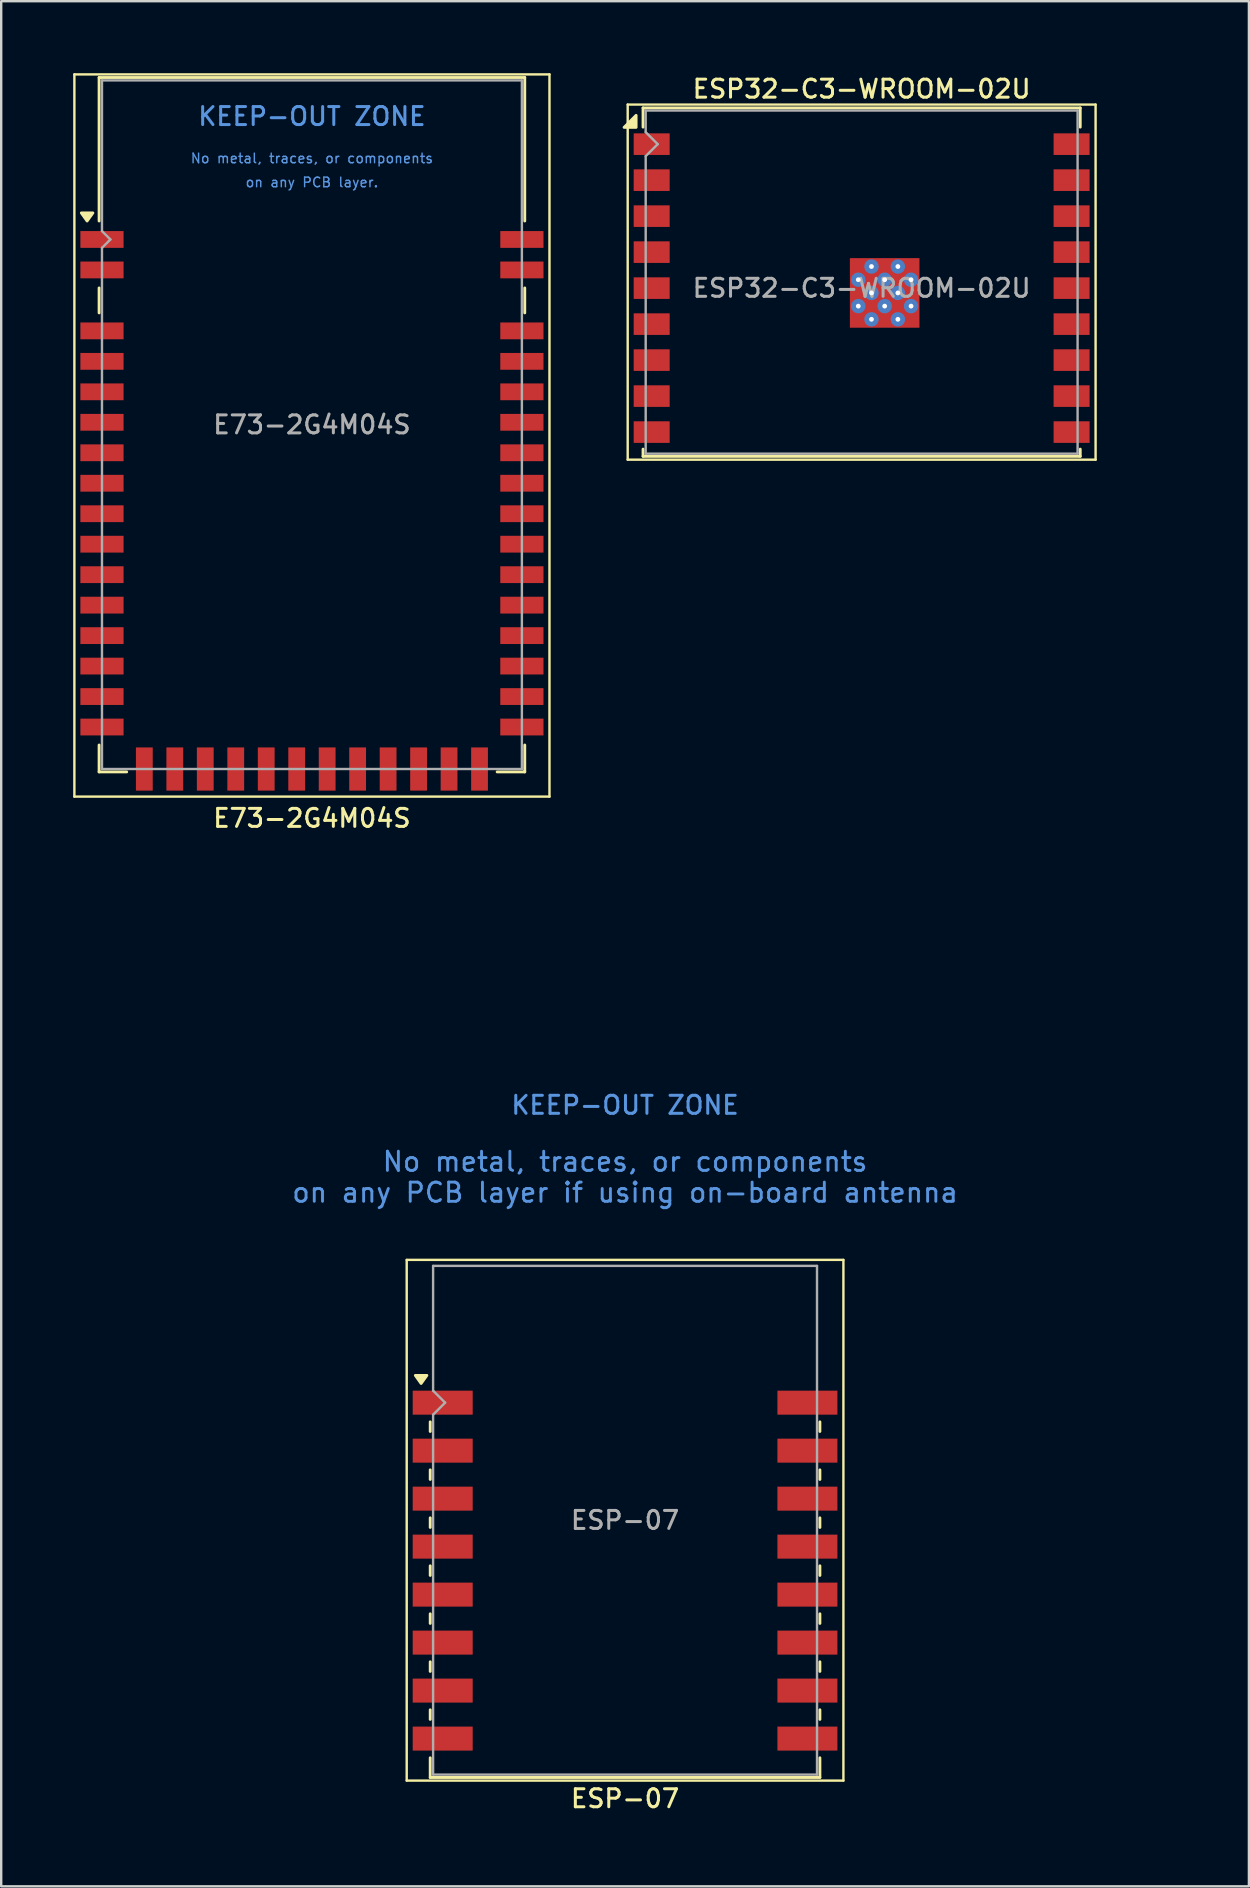
<source format=kicad_pcb>
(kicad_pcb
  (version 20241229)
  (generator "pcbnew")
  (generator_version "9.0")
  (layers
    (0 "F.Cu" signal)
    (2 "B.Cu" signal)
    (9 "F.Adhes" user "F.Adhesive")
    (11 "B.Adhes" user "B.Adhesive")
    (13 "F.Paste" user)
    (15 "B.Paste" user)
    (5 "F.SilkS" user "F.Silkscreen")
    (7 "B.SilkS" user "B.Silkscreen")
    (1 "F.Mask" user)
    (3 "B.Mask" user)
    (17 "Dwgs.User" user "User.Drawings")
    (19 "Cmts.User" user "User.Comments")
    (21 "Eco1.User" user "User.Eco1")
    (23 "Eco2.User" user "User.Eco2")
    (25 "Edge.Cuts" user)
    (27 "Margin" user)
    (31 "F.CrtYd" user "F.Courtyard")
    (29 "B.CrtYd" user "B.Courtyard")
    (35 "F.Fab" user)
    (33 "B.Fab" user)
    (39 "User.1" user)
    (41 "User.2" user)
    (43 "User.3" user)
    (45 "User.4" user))
  (footprint "ESP-07"
    (layer "F.Cu")
    (at 23 60.308)
    (property "Reference" "ESP-07" (at 0 11.6 0) (layer "F.SilkS") (effects (font (size 0.75 0.75) (thickness 0.125))))
    (attr smd)
    (fp_line (start -9.1 -10.85) (end 9.1 -10.85) (stroke (width 0.1) (type solid)) (layer "F.SilkS"))
    (fp_line (start -9.1 10.85) (end -9.1 -10.85) (stroke (width 0.1) (type solid)) (layer "F.SilkS"))
    (fp_line (start -8.12 -3.7) (end -8.12 -4.1) (stroke (width 0.12) (type solid)) (layer "F.SilkS"))
    (fp_line (start -8.12 -1.7) (end -8.12 -2.1) (stroke (width 0.12) (type solid)) (layer "F.SilkS"))
    (fp_line (start -8.12 0.3) (end -8.12 -0.1) (stroke (width 0.12) (type solid)) (layer "F.SilkS"))
    (fp_line (start -8.12 2.3) (end -8.12 1.9) (stroke (width 0.12) (type solid)) (layer "F.SilkS"))
    (fp_line (start -8.12 4.3) (end -8.12 3.9) (stroke (width 0.12) (type solid)) (layer "F.SilkS"))
    (fp_line (start -8.12 6.3) (end -8.12 5.9) (stroke (width 0.12) (type solid)) (layer "F.SilkS"))
    (fp_line (start -8.12 8.3) (end -8.12 7.9) (stroke (width 0.12) (type solid)) (layer "F.SilkS"))
    (fp_line (start -8.12 10.72) (end -8.12 9.9) (stroke (width 0.12) (type solid)) (layer "F.SilkS"))
    (fp_line (start 8.12 -3.7) (end 8.12 -4.1) (stroke (width 0.12) (type solid)) (layer "F.SilkS"))
    (fp_line (start 8.12 -1.7) (end 8.12 -2.1) (stroke (width 0.12) (type solid)) (layer "F.SilkS"))
    (fp_line (start 8.12 0.3) (end 8.12 -0.1) (stroke (width 0.12) (type solid)) (layer "F.SilkS"))
    (fp_line (start 8.12 2.3) (end 8.12 1.9) (stroke (width 0.12) (type solid)) (layer "F.SilkS"))
    (fp_line (start 8.12 4.3) (end 8.12 3.9) (stroke (width 0.12) (type solid)) (layer "F.SilkS"))
    (fp_line (start 8.12 6.3) (end 8.12 5.9) (stroke (width 0.12) (type solid)) (layer "F.SilkS"))
    (fp_line (start 8.12 8.3) (end 8.12 7.9) (stroke (width 0.12) (type solid)) (layer "F.SilkS"))
    (fp_line (start 8.12 9.9) (end 8.12 10.72) (stroke (width 0.12) (type solid)) (layer "F.SilkS"))
    (fp_line (start 8.12 10.72) (end -8.12 10.72) (stroke (width 0.12) (type solid)) (layer "F.SilkS"))
    (fp_line (start 9.1 -10.85) (end 9.1 10.85) (stroke (width 0.1) (type solid)) (layer "F.SilkS"))
    (fp_line (start 9.1 10.85) (end -9.1 10.85) (stroke (width 0.1) (type solid)) (layer "F.SilkS"))
    (fp_poly (pts (xy -8.5 -5.7) (xy -8.74 -6.036) (xy -8.26 -6.036) (xy -8.5 -5.7)) (stroke (width 0.12) (type solid)) (fill yes) (layer "F.SilkS"))
    (fp_line (start -8 -10.6) (end 8 -10.6) (stroke (width 0.1) (type solid)) (layer "F.Fab"))
    (fp_line (start -8 -5.4) (end -8 -10.6) (stroke (width 0.1) (type solid)) (layer "F.Fab"))
    (fp_line (start -8 -4.4) (end -7.5 -4.9) (stroke (width 0.1) (type solid)) (layer "F.Fab"))
    (fp_line (start -8 10.6) (end -8 -4.4) (stroke (width 0.1) (type solid)) (layer "F.Fab"))
    (fp_line (start -7.5 -4.9) (end -8 -5.4) (stroke (width 0.1) (type solid)) (layer "F.Fab"))
    (fp_line (start 8 -10.6) (end 8 10.6) (stroke (width 0.1) (type solid)) (layer "F.Fab"))
    (fp_line (start 8 10.6) (end -8 10.6) (stroke (width 0.1) (type solid)) (layer "F.Fab"))
    (fp_text user "No metal, traces, or components\non any PCB layer if using on-board antenna" (at 0 -14.3 180) (layer "Cmts.User") (effects (font (size 0.8 0.8) (thickness 0.12))))
    (fp_text user "KEEP-OUT ZONE" (at 0 -17.3 180) (layer "Cmts.User") (effects (font (size 0.75 0.75) (thickness 0.125))))
    (fp_text user "${REFERENCE}" (at 0 0 0) (layer "F.Fab") (effects (font (size 0.75 0.75) (thickness 0.125))))
    (pad "1" smd rect (at -7.6 -4.9) (size 2.5 1) (layers "F.Cu" "F.Mask" "F.Paste"))
    (pad "2" smd rect (at -7.6 -2.9) (size 2.5 1) (layers "F.Cu" "F.Mask" "F.Paste"))
    (pad "3" smd rect (at -7.6 -0.9) (size 2.5 1) (layers "F.Cu" "F.Mask" "F.Paste"))
    (pad "4" smd rect (at -7.6 1.1) (size 2.5 1) (layers "F.Cu" "F.Mask" "F.Paste"))
    (pad "5" smd rect (at -7.6 3.1) (size 2.5 1) (layers "F.Cu" "F.Mask" "F.Paste"))
    (pad "6" smd rect (at -7.6 5.1) (size 2.5 1) (layers "F.Cu" "F.Mask" "F.Paste"))
    (pad "7" smd rect (at -7.6 7.1) (size 2.5 1) (layers "F.Cu" "F.Mask" "F.Paste"))
    (pad "8" smd rect (at -7.6 9.1) (size 2.5 1) (layers "F.Cu" "F.Mask" "F.Paste"))
    (pad "9" smd rect (at 7.6 9.1) (size 2.5 1) (layers "F.Cu" "F.Mask" "F.Paste"))
    (pad "10" smd rect (at 7.6 7.1) (size 2.5 1) (layers "F.Cu" "F.Mask" "F.Paste"))
    (pad "11" smd rect (at 7.6 5.1) (size 2.5 1) (layers "F.Cu" "F.Mask" "F.Paste"))
    (pad "12" smd rect (at 7.6 3.1) (size 2.5 1) (layers "F.Cu" "F.Mask" "F.Paste"))
    (pad "13" smd rect (at 7.6 1.1) (size 2.5 1) (layers "F.Cu" "F.Mask" "F.Paste"))
    (pad "14" smd rect (at 7.6 -0.9) (size 2.5 1) (layers "F.Cu" "F.Mask" "F.Paste"))
    (pad "15" smd rect (at 7.6 -2.9) (size 2.5 1) (layers "F.Cu" "F.Mask" "F.Paste"))
    (pad "16" smd rect (at 7.6 -4.9) (size 2.5 1) (layers "F.Cu" "F.Mask" "F.Paste"))
    (zone (net_name "") (layers "F.Cu" "B.Cu") (hatch full 0.508) (connect_pads) (min_thickness 0.254) (filled_areas_thickness no) (keepout (tracks not_allowed) (vias not_allowed) (pads not_allowed) (copperpour not_allowed) (footprints not_allowed)) (placement (enabled no)) (fill) (polygon (pts (xy 0 54.308) (xy 46 54.308) (xy 46 34.708) (xy 0 34.708)))))
  (footprint "E73-2G4M04S"
    (layer "F.Cu")
    (at 9.95 14.65)
    (property "Reference" "E73-2G4M04S" (at 0 16.4 0) (layer "F.SilkS") (effects (font (size 0.75 0.75) (thickness 0.125))))
    (attr smd)
    (fp_line (start -9.9 -14.6) (end -9.9 15.5) (stroke (width 0.1) (type solid)) (layer "F.SilkS"))
    (fp_line (start -9.9 15.5) (end 9.9 15.5) (stroke (width 0.1) (type solid)) (layer "F.SilkS"))
    (fp_line (start -8.87 -14.47) (end -8.87 -8.49) (stroke (width 0.12) (type solid)) (layer "F.SilkS"))
    (fp_line (start -8.87 -5.7) (end -8.87 -4.66) (stroke (width 0.12) (type solid)) (layer "F.SilkS"))
    (fp_line (start -8.87 14.47) (end -8.87 13.35) (stroke (width 0.12) (type solid)) (layer "F.SilkS"))
    (fp_line (start -8.87 14.47) (end -7.72 14.47) (stroke (width 0.12) (type solid)) (layer "F.SilkS"))
    (fp_line (start 8.87 -14.47) (end -8.87 -14.47) (stroke (width 0.12) (type solid)) (layer "F.SilkS"))
    (fp_line (start 8.87 -14.47) (end 8.87 -8.49) (stroke (width 0.12) (type solid)) (layer "F.SilkS"))
    (fp_line (start 8.87 -5.7) (end 8.87 -4.66) (stroke (width 0.12) (type solid)) (layer "F.SilkS"))
    (fp_line (start 8.87 14.47) (end 7.72 14.47) (stroke (width 0.12) (type solid)) (layer "F.SilkS"))
    (fp_line (start 8.87 14.47) (end 8.87 13.35) (stroke (width 0.12) (type solid)) (layer "F.SilkS"))
    (fp_line (start 9.9 -14.6) (end -9.9 -14.6) (stroke (width 0.1) (type solid)) (layer "F.SilkS"))
    (fp_line (start 9.9 15.5) (end 9.9 -14.6) (stroke (width 0.1) (type solid)) (layer "F.SilkS"))
    (fp_poly (pts (xy -9.37 -8.49) (xy -9.61 -8.826) (xy -9.13 -8.826) (xy -9.37 -8.49)) (stroke (width 0.12) (type solid)) (fill yes) (layer "F.SilkS"))
    (fp_line (start -8.75 -8.07) (end -8.75 -14.35) (stroke (width 0.1) (type solid)) (layer "F.Fab"))
    (fp_line (start -8.75 -8.07) (end -8.4 -7.72) (stroke (width 0.1) (type solid)) (layer "F.Fab"))
    (fp_line (start -8.75 -7.37) (end -8.75 14.35) (stroke (width 0.1) (type solid)) (layer "F.Fab"))
    (fp_line (start -8.75 14.35) (end 8.75 14.35) (stroke (width 0.1) (type solid)) (layer "F.Fab"))
    (fp_line (start -8.4 -7.72) (end -8.75 -7.37) (stroke (width 0.1) (type solid)) (layer "F.Fab"))
    (fp_line (start 8.75 -14.35) (end -8.75 -14.35) (stroke (width 0.1) (type solid)) (layer "F.Fab"))
    (fp_line (start 8.75 14.35) (end 8.75 -14.35) (stroke (width 0.1) (type solid)) (layer "F.Fab"))
    (fp_text user "KEEP-OUT ZONE" (at 0 -12.85 0) (layer "Cmts.User") (effects (font (size 0.75 0.75) (thickness 0.125))))
    (fp_text user "No metal, traces, or components" (at 0 -11.1 0) (layer "Cmts.User") (effects (font (size 0.4 0.4) (thickness 0.06))))
    (fp_text user "on any PCB layer." (at 0 -10.1 0) (layer "Cmts.User") (effects (font (size 0.4 0.4) (thickness 0.06))))
    (fp_text user "${REFERENCE}" (at 0 0 0) (layer "F.Fab") (effects (font (size 0.75 0.75) (thickness 0.125))))
    (pad "0" smd rect (at -8.75 -7.72) (size 1.8 0.7) (layers "F.Cu" "F.Mask" "F.Paste"))
    (pad "1" smd rect (at -8.75 -6.45) (size 1.8 0.7) (layers "F.Cu" "F.Mask" "F.Paste"))
    (pad "2" smd rect (at -8.75 -3.91) (size 1.8 0.7) (layers "F.Cu" "F.Mask" "F.Paste"))
    (pad "3" smd rect (at -8.75 -2.64) (size 1.8 0.7) (layers "F.Cu" "F.Mask" "F.Paste"))
    (pad "4" smd rect (at -8.75 -1.37) (size 1.8 0.7) (layers "F.Cu" "F.Mask" "F.Paste"))
    (pad "5" smd rect (at -8.75 -0.1) (size 1.8 0.7) (layers "F.Cu" "F.Mask" "F.Paste"))
    (pad "6" smd rect (at -8.75 1.17) (size 1.8 0.7) (layers "F.Cu" "F.Mask" "F.Paste"))
    (pad "7" smd rect (at -8.75 2.44) (size 1.8 0.7) (layers "F.Cu" "F.Mask" "F.Paste"))
    (pad "8" smd rect (at -8.75 3.71) (size 1.8 0.7) (layers "F.Cu" "F.Mask" "F.Paste"))
    (pad "9" smd rect (at -8.75 4.98) (size 1.8 0.7) (layers "F.Cu" "F.Mask" "F.Paste"))
    (pad "10" smd rect (at -8.75 6.25) (size 1.8 0.7) (layers "F.Cu" "F.Mask" "F.Paste"))
    (pad "11" smd rect (at -8.75 7.52) (size 1.8 0.7) (layers "F.Cu" "F.Mask" "F.Paste"))
    (pad "12" smd rect (at -8.75 8.79) (size 1.8 0.7) (layers "F.Cu" "F.Mask" "F.Paste"))
    (pad "13" smd rect (at -8.75 10.06) (size 1.8 0.7) (layers "F.Cu" "F.Mask" "F.Paste"))
    (pad "14" smd rect (at -8.75 11.33) (size 1.8 0.7) (layers "F.Cu" "F.Mask" "F.Paste"))
    (pad "15" smd rect (at -8.75 12.6) (size 1.8 0.7) (layers "F.Cu" "F.Mask" "F.Paste"))
    (pad "16" smd rect (at -6.985 14.35) (size 0.7 1.8) (layers "F.Cu" "F.Mask" "F.Paste"))
    (pad "17" smd rect (at -5.715 14.35) (size 0.7 1.8) (layers "F.Cu" "F.Mask" "F.Paste"))
    (pad "18" smd rect (at -4.445 14.35) (size 0.7 1.8) (layers "F.Cu" "F.Mask" "F.Paste"))
    (pad "19" smd rect (at -3.175 14.35) (size 0.7 1.8) (layers "F.Cu" "F.Mask" "F.Paste"))
    (pad "20" smd rect (at -1.905 14.35) (size 0.7 1.8) (layers "F.Cu" "F.Mask" "F.Paste"))
    (pad "21" smd rect (at -0.635 14.35) (size 0.7 1.8) (layers "F.Cu" "F.Mask" "F.Paste"))
    (pad "22" smd rect (at 0.635 14.35) (size 0.7 1.8) (layers "F.Cu" "F.Mask" "F.Paste"))
    (pad "23" smd rect (at 1.905 14.35) (size 0.7 1.8) (layers "F.Cu" "F.Mask" "F.Paste"))
    (pad "24" smd rect (at 3.175 14.35) (size 0.7 1.8) (layers "F.Cu" "F.Mask" "F.Paste"))
    (pad "25" smd rect (at 4.445 14.35) (size 0.7 1.8) (layers "F.Cu" "F.Mask" "F.Paste"))
    (pad "26" smd rect (at 5.715 14.35) (size 0.7 1.8) (layers "F.Cu" "F.Mask" "F.Paste"))
    (pad "27" smd rect (at 6.985 14.35) (size 0.7 1.8) (layers "F.Cu" "F.Mask" "F.Paste"))
    (pad "28" smd rect (at 8.75 12.6) (size 1.8 0.7) (layers "F.Cu" "F.Mask" "F.Paste"))
    (pad "29" smd rect (at 8.75 11.33) (size 1.8 0.7) (layers "F.Cu" "F.Mask" "F.Paste"))
    (pad "30" smd rect (at 8.75 10.06) (size 1.8 0.7) (layers "F.Cu" "F.Mask" "F.Paste"))
    (pad "31" smd rect (at 8.75 8.79) (size 1.8 0.7) (layers "F.Cu" "F.Mask" "F.Paste"))
    (pad "32" smd rect (at 8.75 7.52) (size 1.8 0.7) (layers "F.Cu" "F.Mask" "F.Paste"))
    (pad "33" smd rect (at 8.75 6.25) (size 1.8 0.7) (layers "F.Cu" "F.Mask" "F.Paste"))
    (pad "34" smd rect (at 8.75 4.98) (size 1.8 0.7) (layers "F.Cu" "F.Mask" "F.Paste"))
    (pad "35" smd rect (at 8.75 3.71) (size 1.8 0.7) (layers "F.Cu" "F.Mask" "F.Paste"))
    (pad "36" smd rect (at 8.75 2.44) (size 1.8 0.7) (layers "F.Cu" "F.Mask" "F.Paste"))
    (pad "37" smd rect (at 8.75 1.17) (size 1.8 0.7) (layers "F.Cu" "F.Mask" "F.Paste"))
    (pad "38" smd rect (at 8.75 -0.1) (size 1.8 0.7) (layers "F.Cu" "F.Mask" "F.Paste"))
    (pad "39" smd rect (at 8.75 -1.37) (size 1.8 0.7) (layers "F.Cu" "F.Mask" "F.Paste"))
    (pad "40" smd rect (at 8.75 -2.64) (size 1.8 0.7) (layers "F.Cu" "F.Mask" "F.Paste"))
    (pad "41" smd rect (at 8.75 -3.91) (size 1.8 0.7) (layers "F.Cu" "F.Mask" "F.Paste"))
    (pad "42" smd rect (at 8.75 -6.45) (size 1.8 0.7) (layers "F.Cu" "F.Mask" "F.Paste"))
    (pad "43" smd rect (at 8.75 -7.72) (size 1.8 0.7) (layers "F.Cu" "F.Mask" "F.Paste"))
    (zone (net_name "") (layers "F.Cu" "B.Cu") (hatch full 0.508) (connect_pads) (min_thickness 0.254) (filled_areas_thickness no) (keepout (tracks not_allowed) (vias not_allowed) (pads not_allowed) (copperpour not_allowed) (footprints not_allowed)) (placement (enabled no)) (fill) (polygon (pts (xy 1.2 5.8) (xy 18.7 5.8) (xy 18.7 0.3) (xy 1.2 0.3)))))
  (footprint "ESP32-C3-WROOM-02U"
    (layer "F.Cu")
    (at 32.86 8.958)
    (property "Reference" "ESP32-C3-WROOM-02U" (at 0 -8.3 180) (layer "F.SilkS") (effects (font (size 0.75 0.75) (thickness 0.125))))
    (attr smd)
    (fp_line (start -9.75 -7.65) (end 9.75 -7.65) (stroke (width 0.1) (type solid)) (layer "F.SilkS"))
    (fp_line (start -9.75 7.15) (end -9.75 -7.65) (stroke (width 0.1) (type solid)) (layer "F.SilkS"))
    (fp_line (start -9.75 7.15) (end 9.75 7.15) (stroke (width 0.1) (type solid)) (layer "F.SilkS"))
    (fp_line (start -9.11 -7.51) (end -9.11 -6.71) (stroke (width 0.12) (type solid)) (layer "F.SilkS"))
    (fp_line (start -9.11 -7.51) (end 9.11 -7.51) (stroke (width 0.12) (type solid)) (layer "F.SilkS"))
    (fp_line (start -9.11 6.71) (end -9.11 7.01) (stroke (width 0.12) (type solid)) (layer "F.SilkS"))
    (fp_line (start -9.11 7.01) (end 9.11 7.01) (stroke (width 0.12) (type solid)) (layer "F.SilkS"))
    (fp_line (start 9.11 -7.51) (end 9.11 -6.71) (stroke (width 0.12) (type solid)) (layer "F.SilkS"))
    (fp_line (start 9.11 6.71) (end 9.11 7.01) (stroke (width 0.12) (type solid)) (layer "F.SilkS"))
    (fp_line (start 9.75 -7.65) (end 9.75 7.15) (stroke (width 0.1) (type solid)) (layer "F.SilkS"))
    (fp_poly (pts (xy -9.4 -6.7) (xy -9.9 -6.7) (xy -9.4 -7.2) (xy -9.4 -6.7)) (stroke (width 0.12) (type solid)) (fill yes) (layer "F.SilkS"))
    (fp_line (start -9 -7.4) (end -9 -6.5) (stroke (width 0.1) (type solid)) (layer "F.Fab"))
    (fp_line (start -9 -7.4) (end 9 -7.4) (stroke (width 0.1) (type solid)) (layer "F.Fab"))
    (fp_line (start -9 -6.5) (end -8.5 -6) (stroke (width 0.1) (type solid)) (layer "F.Fab"))
    (fp_line (start -9 -5.5) (end -9 6.9) (stroke (width 0.1) (type solid)) (layer "F.Fab"))
    (fp_line (start -9 6.9) (end 9 6.9) (stroke (width 0.1) (type solid)) (layer "F.Fab"))
    (fp_line (start -8.5 -6) (end -9 -5.5) (stroke (width 0.1) (type solid)) (layer "F.Fab"))
    (fp_line (start 9 6.9) (end 9 -7.4) (stroke (width 0.1) (type solid)) (layer "F.Fab"))
    (fp_text user "${REFERENCE}" (at 0 0 0) (layer "F.Fab") (effects (font (size 0.75 0.75) (thickness 0.125))))
    (pad "" smd rect (at -0.14 -0.9) (size 0.7 0.7) (layers "F.Paste"))
    (pad "" smd rect (at -0.14 0.2) (size 0.7 0.7) (layers "F.Paste"))
    (pad "" smd rect (at -0.14 1.3) (size 0.7 0.7) (layers "F.Paste"))
    (pad "" smd rect (at 0.96 -0.9) (size 0.7 0.7) (layers "F.Paste"))
    (pad "" smd rect (at 0.96 0.2) (size 0.7 0.7) (layers "F.Paste"))
    (pad "" smd rect (at 0.96 1.3) (size 0.7 0.7) (layers "F.Paste"))
    (pad "" smd rect (at 2.06 -0.9) (size 0.7 0.7) (layers "F.Paste"))
    (pad "" smd rect (at 2.06 0.2) (size 0.7 0.7) (layers "F.Paste"))
    (pad "" smd rect (at 2.06 1.3) (size 0.7 0.7) (layers "F.Paste"))
    (pad "1" smd rect (at -8.75 -6) (size 1.5 0.9) (layers "F.Cu" "F.Mask" "F.Paste"))
    (pad "2" smd rect (at -8.75 -4.5) (size 1.5 0.9) (layers "F.Cu" "F.Mask" "F.Paste"))
    (pad "3" smd rect (at -8.75 -3) (size 1.5 0.9) (layers "F.Cu" "F.Mask" "F.Paste"))
    (pad "4" smd rect (at -8.75 -1.5) (size 1.5 0.9) (layers "F.Cu" "F.Mask" "F.Paste"))
    (pad "5" smd rect (at -8.75 0) (size 1.5 0.9) (layers "F.Cu" "F.Mask" "F.Paste"))
    (pad "6" smd rect (at -8.75 1.5) (size 1.5 0.9) (layers "F.Cu" "F.Mask" "F.Paste"))
    (pad "7" smd rect (at -8.75 3) (size 1.5 0.9) (layers "F.Cu" "F.Mask" "F.Paste"))
    (pad "8" smd rect (at -8.75 4.5) (size 1.5 0.9) (layers "F.Cu" "F.Mask" "F.Paste"))
    (pad "9" smd rect (at -8.75 6) (size 1.5 0.9) (layers "F.Cu" "F.Mask" "F.Paste"))
    (pad "10" smd rect (at 8.75 6) (size 1.5 0.9) (layers "F.Cu" "F.Mask" "F.Paste"))
    (pad "11" smd rect (at 8.75 4.5) (size 1.5 0.9) (layers "F.Cu" "F.Mask" "F.Paste"))
    (pad "12" smd rect (at 8.75 3) (size 1.5 0.9) (layers "F.Cu" "F.Mask" "F.Paste"))
    (pad "13" smd rect (at 8.75 1.5) (size 1.5 0.9) (layers "F.Cu" "F.Mask" "F.Paste"))
    (pad "14" smd rect (at 8.75 0) (size 1.5 0.9) (layers "F.Cu" "F.Mask" "F.Paste"))
    (pad "15" smd rect (at 8.75 -1.5) (size 1.5 0.9) (layers "F.Cu" "F.Mask" "F.Paste"))
    (pad "16" smd rect (at 8.75 -3) (size 1.5 0.9) (layers "F.Cu" "F.Mask" "F.Paste"))
    (pad "17" smd rect (at 8.75 -4.5) (size 1.5 0.9) (layers "F.Cu" "F.Mask" "F.Paste"))
    (pad "18" smd rect (at 8.75 -6) (size 1.5 0.9) (layers "F.Cu" "F.Mask" "F.Paste"))
    (pad "19" thru_hole circle (at -0.14 -0.35) (size 0.6 0.6) (drill 0.2) (property pad_prop_heatsink) (layers "*.Cu" "F.Mask"))
    (pad "19" thru_hole circle (at -0.14 0.75) (size 0.6 0.6) (drill 0.2) (property pad_prop_heatsink) (layers "*.Cu" "F.Mask"))
    (pad "19" thru_hole circle (at 0.41 -0.9) (size 0.6 0.6) (drill 0.2) (property pad_prop_heatsink) (layers "*.Cu" "F.Mask"))
    (pad "19" thru_hole circle (at 0.41 0.2) (size 0.6 0.6) (drill 0.2) (property pad_prop_heatsink) (layers "*.Cu" "F.Mask"))
    (pad "19" thru_hole circle (at 0.41 1.3) (size 0.6 0.6) (drill 0.2) (property pad_prop_heatsink) (layers "*.Cu" "F.Mask"))
    (pad "19" thru_hole circle (at 0.96 -0.35) (size 0.6 0.6) (drill 0.2) (property pad_prop_heatsink) (layers "*.Cu" "F.Mask"))
    (pad "19" smd rect (at 0.96 0.2) (size 2.9 2.9) (layers "F.Cu" "F.Mask"))
    (pad "19" thru_hole circle (at 0.96 0.75) (size 0.6 0.6) (drill 0.2) (property pad_prop_heatsink) (layers "*.Cu" "F.Mask"))
    (pad "19" thru_hole circle (at 1.51 -0.9) (size 0.6 0.6) (drill 0.2) (property pad_prop_heatsink) (layers "*.Cu" "F.Mask"))
    (pad "19" thru_hole circle (at 1.51 0.2) (size 0.6 0.6) (drill 0.2) (property pad_prop_heatsink) (layers "*.Cu" "F.Mask"))
    (pad "19" thru_hole circle (at 1.51 1.3) (size 0.6 0.6) (drill 0.2) (property pad_prop_heatsink) (layers "*.Cu" "F.Mask"))
    (pad "19" thru_hole circle (at 2.06 -0.35) (size 0.6 0.6) (drill 0.2) (property pad_prop_heatsink) (layers "*.Cu" "F.Mask"))
    (pad "19" thru_hole circle (at 2.06 0.75) (size 0.6 0.6) (drill 0.2) (property pad_prop_heatsink) (layers "*.Cu" "F.Mask")))
  (gr_rect
    (start -3 -3)
    (end 49 75.566)
    (stroke (width 0.1) (type default))
    (fill no)
    (layer "Edge.Cuts")))
</source>
